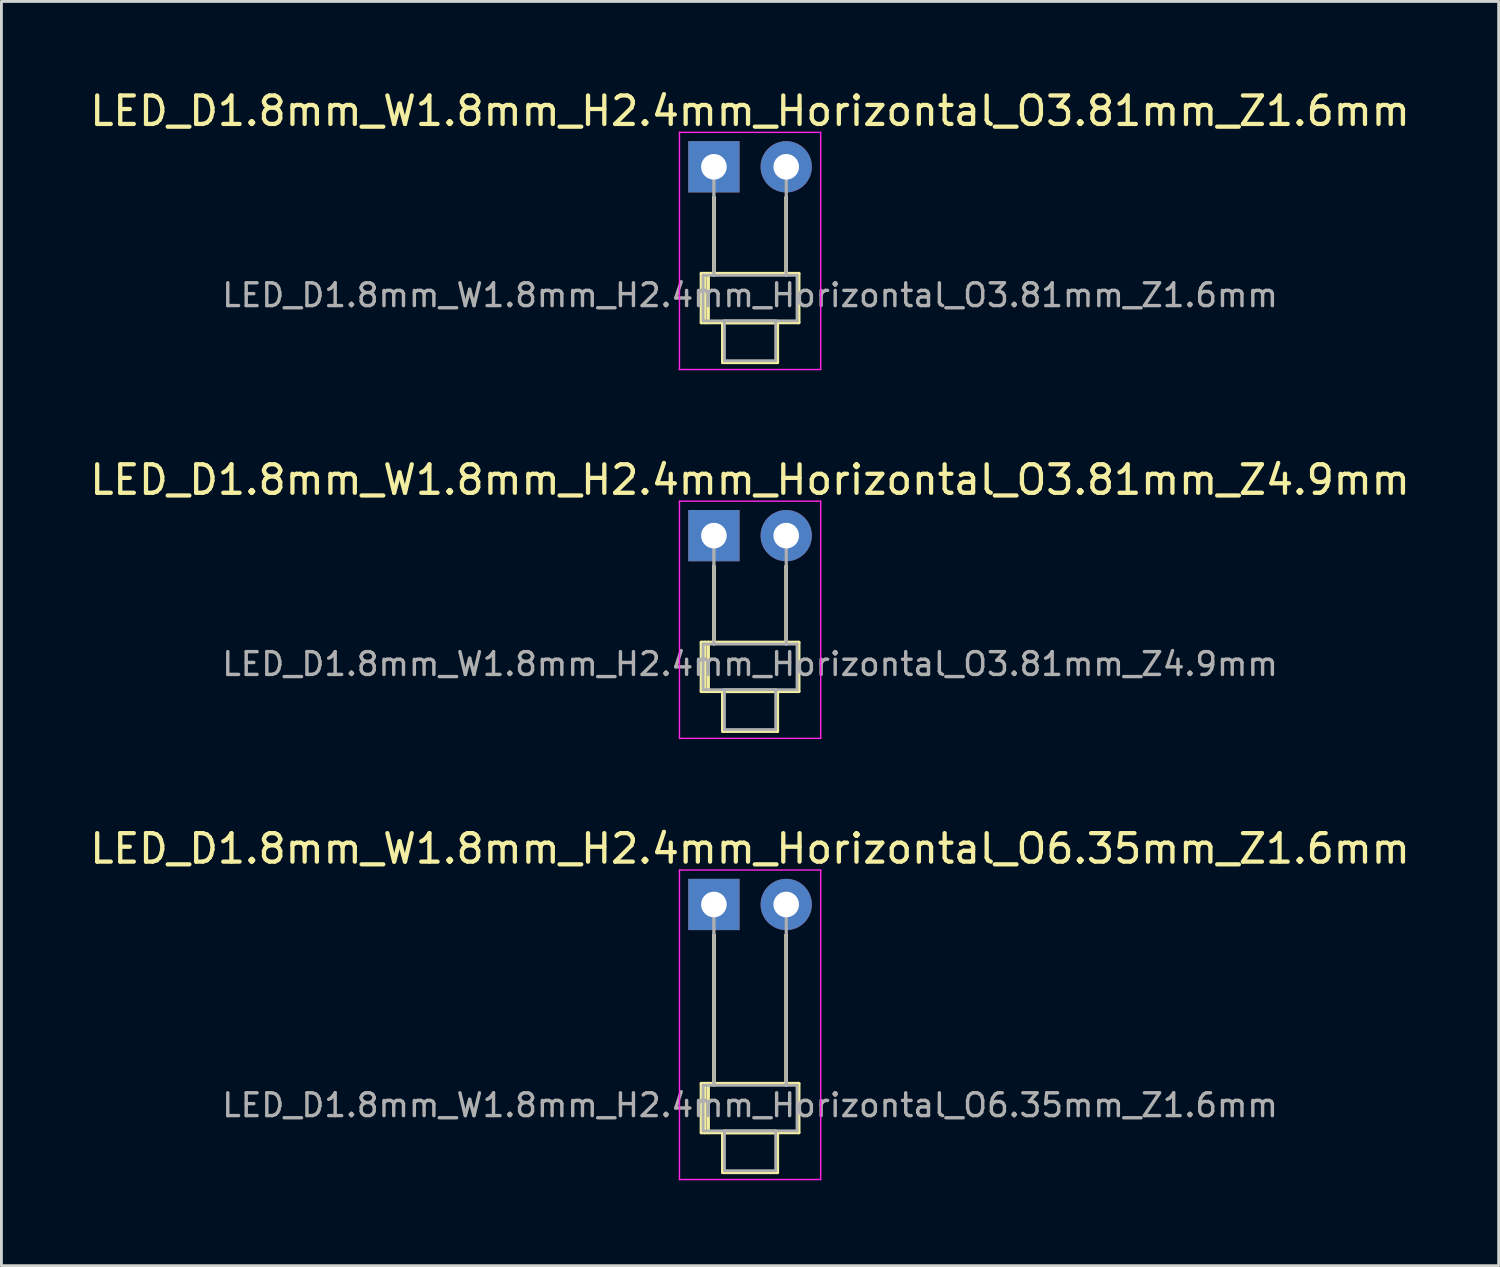
<source format=kicad_pcb>
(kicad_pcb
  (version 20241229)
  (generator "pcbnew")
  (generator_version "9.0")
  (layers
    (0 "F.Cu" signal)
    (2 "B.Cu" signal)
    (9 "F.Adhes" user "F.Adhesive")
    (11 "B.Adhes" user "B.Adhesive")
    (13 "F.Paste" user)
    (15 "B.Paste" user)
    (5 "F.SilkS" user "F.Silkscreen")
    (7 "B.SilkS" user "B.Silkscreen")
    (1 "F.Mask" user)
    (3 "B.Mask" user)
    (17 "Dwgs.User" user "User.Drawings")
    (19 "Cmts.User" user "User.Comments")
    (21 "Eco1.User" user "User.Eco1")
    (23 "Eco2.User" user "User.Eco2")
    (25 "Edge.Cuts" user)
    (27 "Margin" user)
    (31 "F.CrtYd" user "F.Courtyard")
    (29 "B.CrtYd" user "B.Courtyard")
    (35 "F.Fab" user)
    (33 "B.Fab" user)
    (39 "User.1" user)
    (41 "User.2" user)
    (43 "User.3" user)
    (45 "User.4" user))
  (footprint "LED_D1.8mm_W1.8mm_H2.4mm_Horizontal_O3.81mm_Z4.9mm"
    (layer "F.Cu")
    (at 22.022 15.761)
    (property "Reference" "LED_D1.8mm_W1.8mm_H2.4mm_Horizontal_O3.81mm_Z4.9mm" (at 1.27 -1.96 0) (layer "F.SilkS") (effects (font (size 1 1) (thickness 0.15))))
    (attr through_hole)
    (fp_line (start -0.44 3.75) (end -0.44 5.47) (stroke (width 0.12) (type solid)) (layer "F.SilkS"))
    (fp_line (start -0.44 5.47) (end 2.98 5.47) (stroke (width 0.12) (type solid)) (layer "F.SilkS"))
    (fp_line (start -0.32 3.75) (end -0.32 5.47) (stroke (width 0.12) (type solid)) (layer "F.SilkS"))
    (fp_line (start -0.2 3.75) (end -0.2 5.47) (stroke (width 0.12) (type solid)) (layer "F.SilkS"))
    (fp_line (start 0 1.08) (end 0 1.08) (stroke (width 0.12) (type solid)) (layer "F.SilkS"))
    (fp_line (start 0 1.08) (end 0 3.75) (stroke (width 0.12) (type solid)) (layer "F.SilkS"))
    (fp_line (start 0 3.75) (end 0 1.08) (stroke (width 0.12) (type solid)) (layer "F.SilkS"))
    (fp_line (start 0 3.75) (end 0 3.75) (stroke (width 0.12) (type solid)) (layer "F.SilkS"))
    (fp_line (start 0.31 5.47) (end 0.31 6.87) (stroke (width 0.12) (type solid)) (layer "F.SilkS"))
    (fp_line (start 0.31 6.87) (end 2.23 6.87) (stroke (width 0.12) (type solid)) (layer "F.SilkS"))
    (fp_line (start 2.23 5.47) (end 0.31 5.47) (stroke (width 0.12) (type solid)) (layer "F.SilkS"))
    (fp_line (start 2.23 6.87) (end 2.23 5.47) (stroke (width 0.12) (type solid)) (layer "F.SilkS"))
    (fp_line (start 2.54 1.08) (end 2.54 1.08) (stroke (width 0.12) (type solid)) (layer "F.SilkS"))
    (fp_line (start 2.54 1.08) (end 2.54 3.75) (stroke (width 0.12) (type solid)) (layer "F.SilkS"))
    (fp_line (start 2.54 3.75) (end 2.54 1.08) (stroke (width 0.12) (type solid)) (layer "F.SilkS"))
    (fp_line (start 2.54 3.75) (end 2.54 3.75) (stroke (width 0.12) (type solid)) (layer "F.SilkS"))
    (fp_line (start 2.98 3.75) (end -0.44 3.75) (stroke (width 0.12) (type solid)) (layer "F.SilkS"))
    (fp_line (start 2.98 5.47) (end 2.98 3.75) (stroke (width 0.12) (type solid)) (layer "F.SilkS"))
    (fp_line (start -1.21 -1.21) (end -1.21 7.12) (stroke (width 0.05) (type solid)) (layer "F.CrtYd"))
    (fp_line (start -1.21 7.12) (end 3.75 7.12) (stroke (width 0.05) (type solid)) (layer "F.CrtYd"))
    (fp_line (start 3.75 -1.21) (end -1.21 -1.21) (stroke (width 0.05) (type solid)) (layer "F.CrtYd"))
    (fp_line (start 3.75 7.12) (end 3.75 -1.21) (stroke (width 0.05) (type solid)) (layer "F.CrtYd"))
    (fp_line (start -0.38 3.81) (end -0.38 5.41) (stroke (width 0.1) (type solid)) (layer "F.Fab"))
    (fp_line (start -0.38 5.41) (end 2.92 5.41) (stroke (width 0.1) (type solid)) (layer "F.Fab"))
    (fp_line (start 0 0) (end 0 0) (stroke (width 0.1) (type solid)) (layer "F.Fab"))
    (fp_line (start 0 0) (end 0 3.81) (stroke (width 0.1) (type solid)) (layer "F.Fab"))
    (fp_line (start 0 3.81) (end 0 0) (stroke (width 0.1) (type solid)) (layer "F.Fab"))
    (fp_line (start 0 3.81) (end 0 3.81) (stroke (width 0.1) (type solid)) (layer "F.Fab"))
    (fp_line (start 0.37 5.41) (end 0.37 6.81) (stroke (width 0.1) (type solid)) (layer "F.Fab"))
    (fp_line (start 0.37 6.81) (end 2.17 6.81) (stroke (width 0.1) (type solid)) (layer "F.Fab"))
    (fp_line (start 2.17 5.41) (end 0.37 5.41) (stroke (width 0.1) (type solid)) (layer "F.Fab"))
    (fp_line (start 2.17 6.81) (end 2.17 5.41) (stroke (width 0.1) (type solid)) (layer "F.Fab"))
    (fp_line (start 2.54 0) (end 2.54 0) (stroke (width 0.1) (type solid)) (layer "F.Fab"))
    (fp_line (start 2.54 0) (end 2.54 3.81) (stroke (width 0.1) (type solid)) (layer "F.Fab"))
    (fp_line (start 2.54 3.81) (end 2.54 0) (stroke (width 0.1) (type solid)) (layer "F.Fab"))
    (fp_line (start 2.54 3.81) (end 2.54 3.81) (stroke (width 0.1) (type solid)) (layer "F.Fab"))
    (fp_line (start 2.92 3.81) (end -0.38 3.81) (stroke (width 0.1) (type solid)) (layer "F.Fab"))
    (fp_line (start 2.92 5.41) (end 2.92 3.81) (stroke (width 0.1) (type solid)) (layer "F.Fab"))
    (fp_text user "${REFERENCE}" (at 1.27 4.51 0) (layer "F.Fab") (effects (font (size 0.8 0.8) (thickness 0.12))))
    (pad "1" thru_hole rect (at 0 0) (size 1.8 1.8) (drill 0.9) (layers "*.Cu" "*.Mask"))
    (pad "2" thru_hole circle (at 2.54 0) (size 1.8 1.8) (drill 0.9) (layers "*.Cu" "*.Mask")))
  (footprint "LED_D1.8mm_W1.8mm_H2.4mm_Horizontal_O3.81mm_Z1.6mm"
    (layer "F.Cu")
    (at 22.022 2.808)
    (property "Reference" "LED_D1.8mm_W1.8mm_H2.4mm_Horizontal_O3.81mm_Z1.6mm" (at 1.27 -1.96 0) (layer "F.SilkS") (effects (font (size 1 1) (thickness 0.15))))
    (attr through_hole)
    (fp_line (start -0.44 3.75) (end -0.44 5.47) (stroke (width 0.12) (type solid)) (layer "F.SilkS"))
    (fp_line (start -0.44 5.47) (end 2.98 5.47) (stroke (width 0.12) (type solid)) (layer "F.SilkS"))
    (fp_line (start -0.32 3.75) (end -0.32 5.47) (stroke (width 0.12) (type solid)) (layer "F.SilkS"))
    (fp_line (start -0.2 3.75) (end -0.2 5.47) (stroke (width 0.12) (type solid)) (layer "F.SilkS"))
    (fp_line (start 0 1.08) (end 0 1.08) (stroke (width 0.12) (type solid)) (layer "F.SilkS"))
    (fp_line (start 0 1.08) (end 0 3.75) (stroke (width 0.12) (type solid)) (layer "F.SilkS"))
    (fp_line (start 0 3.75) (end 0 1.08) (stroke (width 0.12) (type solid)) (layer "F.SilkS"))
    (fp_line (start 0 3.75) (end 0 3.75) (stroke (width 0.12) (type solid)) (layer "F.SilkS"))
    (fp_line (start 0.31 5.47) (end 0.31 6.87) (stroke (width 0.12) (type solid)) (layer "F.SilkS"))
    (fp_line (start 0.31 6.87) (end 2.23 6.87) (stroke (width 0.12) (type solid)) (layer "F.SilkS"))
    (fp_line (start 2.23 5.47) (end 0.31 5.47) (stroke (width 0.12) (type solid)) (layer "F.SilkS"))
    (fp_line (start 2.23 6.87) (end 2.23 5.47) (stroke (width 0.12) (type solid)) (layer "F.SilkS"))
    (fp_line (start 2.54 1.08) (end 2.54 1.08) (stroke (width 0.12) (type solid)) (layer "F.SilkS"))
    (fp_line (start 2.54 1.08) (end 2.54 3.75) (stroke (width 0.12) (type solid)) (layer "F.SilkS"))
    (fp_line (start 2.54 3.75) (end 2.54 1.08) (stroke (width 0.12) (type solid)) (layer "F.SilkS"))
    (fp_line (start 2.54 3.75) (end 2.54 3.75) (stroke (width 0.12) (type solid)) (layer "F.SilkS"))
    (fp_line (start 2.98 3.75) (end -0.44 3.75) (stroke (width 0.12) (type solid)) (layer "F.SilkS"))
    (fp_line (start 2.98 5.47) (end 2.98 3.75) (stroke (width 0.12) (type solid)) (layer "F.SilkS"))
    (fp_line (start -1.21 -1.21) (end -1.21 7.12) (stroke (width 0.05) (type solid)) (layer "F.CrtYd"))
    (fp_line (start -1.21 7.12) (end 3.75 7.12) (stroke (width 0.05) (type solid)) (layer "F.CrtYd"))
    (fp_line (start 3.75 -1.21) (end -1.21 -1.21) (stroke (width 0.05) (type solid)) (layer "F.CrtYd"))
    (fp_line (start 3.75 7.12) (end 3.75 -1.21) (stroke (width 0.05) (type solid)) (layer "F.CrtYd"))
    (fp_line (start -0.38 3.81) (end -0.38 5.41) (stroke (width 0.1) (type solid)) (layer "F.Fab"))
    (fp_line (start -0.38 5.41) (end 2.92 5.41) (stroke (width 0.1) (type solid)) (layer "F.Fab"))
    (fp_line (start 0 0) (end 0 0) (stroke (width 0.1) (type solid)) (layer "F.Fab"))
    (fp_line (start 0 0) (end 0 3.81) (stroke (width 0.1) (type solid)) (layer "F.Fab"))
    (fp_line (start 0 3.81) (end 0 0) (stroke (width 0.1) (type solid)) (layer "F.Fab"))
    (fp_line (start 0 3.81) (end 0 3.81) (stroke (width 0.1) (type solid)) (layer "F.Fab"))
    (fp_line (start 0.37 5.41) (end 0.37 6.81) (stroke (width 0.1) (type solid)) (layer "F.Fab"))
    (fp_line (start 0.37 6.81) (end 2.17 6.81) (stroke (width 0.1) (type solid)) (layer "F.Fab"))
    (fp_line (start 2.17 5.41) (end 0.37 5.41) (stroke (width 0.1) (type solid)) (layer "F.Fab"))
    (fp_line (start 2.17 6.81) (end 2.17 5.41) (stroke (width 0.1) (type solid)) (layer "F.Fab"))
    (fp_line (start 2.54 0) (end 2.54 0) (stroke (width 0.1) (type solid)) (layer "F.Fab"))
    (fp_line (start 2.54 0) (end 2.54 3.81) (stroke (width 0.1) (type solid)) (layer "F.Fab"))
    (fp_line (start 2.54 3.81) (end 2.54 0) (stroke (width 0.1) (type solid)) (layer "F.Fab"))
    (fp_line (start 2.54 3.81) (end 2.54 3.81) (stroke (width 0.1) (type solid)) (layer "F.Fab"))
    (fp_line (start 2.92 3.81) (end -0.38 3.81) (stroke (width 0.1) (type solid)) (layer "F.Fab"))
    (fp_line (start 2.92 5.41) (end 2.92 3.81) (stroke (width 0.1) (type solid)) (layer "F.Fab"))
    (fp_text user "${REFERENCE}" (at 1.27 4.51 0) (layer "F.Fab") (effects (font (size 0.8 0.8) (thickness 0.12))))
    (pad "1" thru_hole rect (at 0 0) (size 1.8 1.8) (drill 0.9) (layers "*.Cu" "*.Mask"))
    (pad "2" thru_hole circle (at 2.54 0) (size 1.8 1.8) (drill 0.9) (layers "*.Cu" "*.Mask")))
  (footprint "LED_D1.8mm_W1.8mm_H2.4mm_Horizontal_O6.35mm_Z1.6mm"
    (layer "F.Cu")
    (at 22.022 28.715)
    (property "Reference" "LED_D1.8mm_W1.8mm_H2.4mm_Horizontal_O6.35mm_Z1.6mm" (at 1.27 -1.96 0) (layer "F.SilkS") (effects (font (size 1 1) (thickness 0.15))))
    (attr through_hole)
    (fp_line (start -0.44 6.29) (end -0.44 8.01) (stroke (width 0.12) (type solid)) (layer "F.SilkS"))
    (fp_line (start -0.44 8.01) (end 2.98 8.01) (stroke (width 0.12) (type solid)) (layer "F.SilkS"))
    (fp_line (start -0.32 6.29) (end -0.32 8.01) (stroke (width 0.12) (type solid)) (layer "F.SilkS"))
    (fp_line (start -0.2 6.29) (end -0.2 8.01) (stroke (width 0.12) (type solid)) (layer "F.SilkS"))
    (fp_line (start 0 1.08) (end 0 1.08) (stroke (width 0.12) (type solid)) (layer "F.SilkS"))
    (fp_line (start 0 1.08) (end 0 6.29) (stroke (width 0.12) (type solid)) (layer "F.SilkS"))
    (fp_line (start 0 6.29) (end 0 1.08) (stroke (width 0.12) (type solid)) (layer "F.SilkS"))
    (fp_line (start 0 6.29) (end 0 6.29) (stroke (width 0.12) (type solid)) (layer "F.SilkS"))
    (fp_line (start 0.31 8.01) (end 0.31 9.41) (stroke (width 0.12) (type solid)) (layer "F.SilkS"))
    (fp_line (start 0.31 9.41) (end 2.23 9.41) (stroke (width 0.12) (type solid)) (layer "F.SilkS"))
    (fp_line (start 2.23 8.01) (end 0.31 8.01) (stroke (width 0.12) (type solid)) (layer "F.SilkS"))
    (fp_line (start 2.23 9.41) (end 2.23 8.01) (stroke (width 0.12) (type solid)) (layer "F.SilkS"))
    (fp_line (start 2.54 1.08) (end 2.54 1.08) (stroke (width 0.12) (type solid)) (layer "F.SilkS"))
    (fp_line (start 2.54 1.08) (end 2.54 6.29) (stroke (width 0.12) (type solid)) (layer "F.SilkS"))
    (fp_line (start 2.54 6.29) (end 2.54 1.08) (stroke (width 0.12) (type solid)) (layer "F.SilkS"))
    (fp_line (start 2.54 6.29) (end 2.54 6.29) (stroke (width 0.12) (type solid)) (layer "F.SilkS"))
    (fp_line (start 2.98 6.29) (end -0.44 6.29) (stroke (width 0.12) (type solid)) (layer "F.SilkS"))
    (fp_line (start 2.98 8.01) (end 2.98 6.29) (stroke (width 0.12) (type solid)) (layer "F.SilkS"))
    (fp_line (start -1.21 -1.21) (end -1.21 9.66) (stroke (width 0.05) (type solid)) (layer "F.CrtYd"))
    (fp_line (start -1.21 9.66) (end 3.75 9.66) (stroke (width 0.05) (type solid)) (layer "F.CrtYd"))
    (fp_line (start 3.75 -1.21) (end -1.21 -1.21) (stroke (width 0.05) (type solid)) (layer "F.CrtYd"))
    (fp_line (start 3.75 9.66) (end 3.75 -1.21) (stroke (width 0.05) (type solid)) (layer "F.CrtYd"))
    (fp_line (start -0.38 6.35) (end -0.38 7.95) (stroke (width 0.1) (type solid)) (layer "F.Fab"))
    (fp_line (start -0.38 7.95) (end 2.92 7.95) (stroke (width 0.1) (type solid)) (layer "F.Fab"))
    (fp_line (start 0 0) (end 0 0) (stroke (width 0.1) (type solid)) (layer "F.Fab"))
    (fp_line (start 0 0) (end 0 6.35) (stroke (width 0.1) (type solid)) (layer "F.Fab"))
    (fp_line (start 0 6.35) (end 0 0) (stroke (width 0.1) (type solid)) (layer "F.Fab"))
    (fp_line (start 0 6.35) (end 0 6.35) (stroke (width 0.1) (type solid)) (layer "F.Fab"))
    (fp_line (start 0.37 7.95) (end 0.37 9.35) (stroke (width 0.1) (type solid)) (layer "F.Fab"))
    (fp_line (start 0.37 9.35) (end 2.17 9.35) (stroke (width 0.1) (type solid)) (layer "F.Fab"))
    (fp_line (start 2.17 7.95) (end 0.37 7.95) (stroke (width 0.1) (type solid)) (layer "F.Fab"))
    (fp_line (start 2.17 9.35) (end 2.17 7.95) (stroke (width 0.1) (type solid)) (layer "F.Fab"))
    (fp_line (start 2.54 0) (end 2.54 0) (stroke (width 0.1) (type solid)) (layer "F.Fab"))
    (fp_line (start 2.54 0) (end 2.54 6.35) (stroke (width 0.1) (type solid)) (layer "F.Fab"))
    (fp_line (start 2.54 6.35) (end 2.54 0) (stroke (width 0.1) (type solid)) (layer "F.Fab"))
    (fp_line (start 2.54 6.35) (end 2.54 6.35) (stroke (width 0.1) (type solid)) (layer "F.Fab"))
    (fp_line (start 2.92 6.35) (end -0.38 6.35) (stroke (width 0.1) (type solid)) (layer "F.Fab"))
    (fp_line (start 2.92 7.95) (end 2.92 6.35) (stroke (width 0.1) (type solid)) (layer "F.Fab"))
    (fp_text user "${REFERENCE}" (at 1.27 7.05 0) (layer "F.Fab") (effects (font (size 0.8 0.8) (thickness 0.12))))
    (pad "1" thru_hole rect (at 0 0) (size 1.8 1.8) (drill 0.9) (layers "*.Cu" "*.Mask"))
    (pad "2" thru_hole circle (at 2.54 0) (size 1.8 1.8) (drill 0.9) (layers "*.Cu" "*.Mask")))
  (gr_rect
    (start -3 -3)
    (end 49.583 41.4)
    (stroke (width 0.1) (type default))
    (fill no)
    (layer "Edge.Cuts")))
</source>
